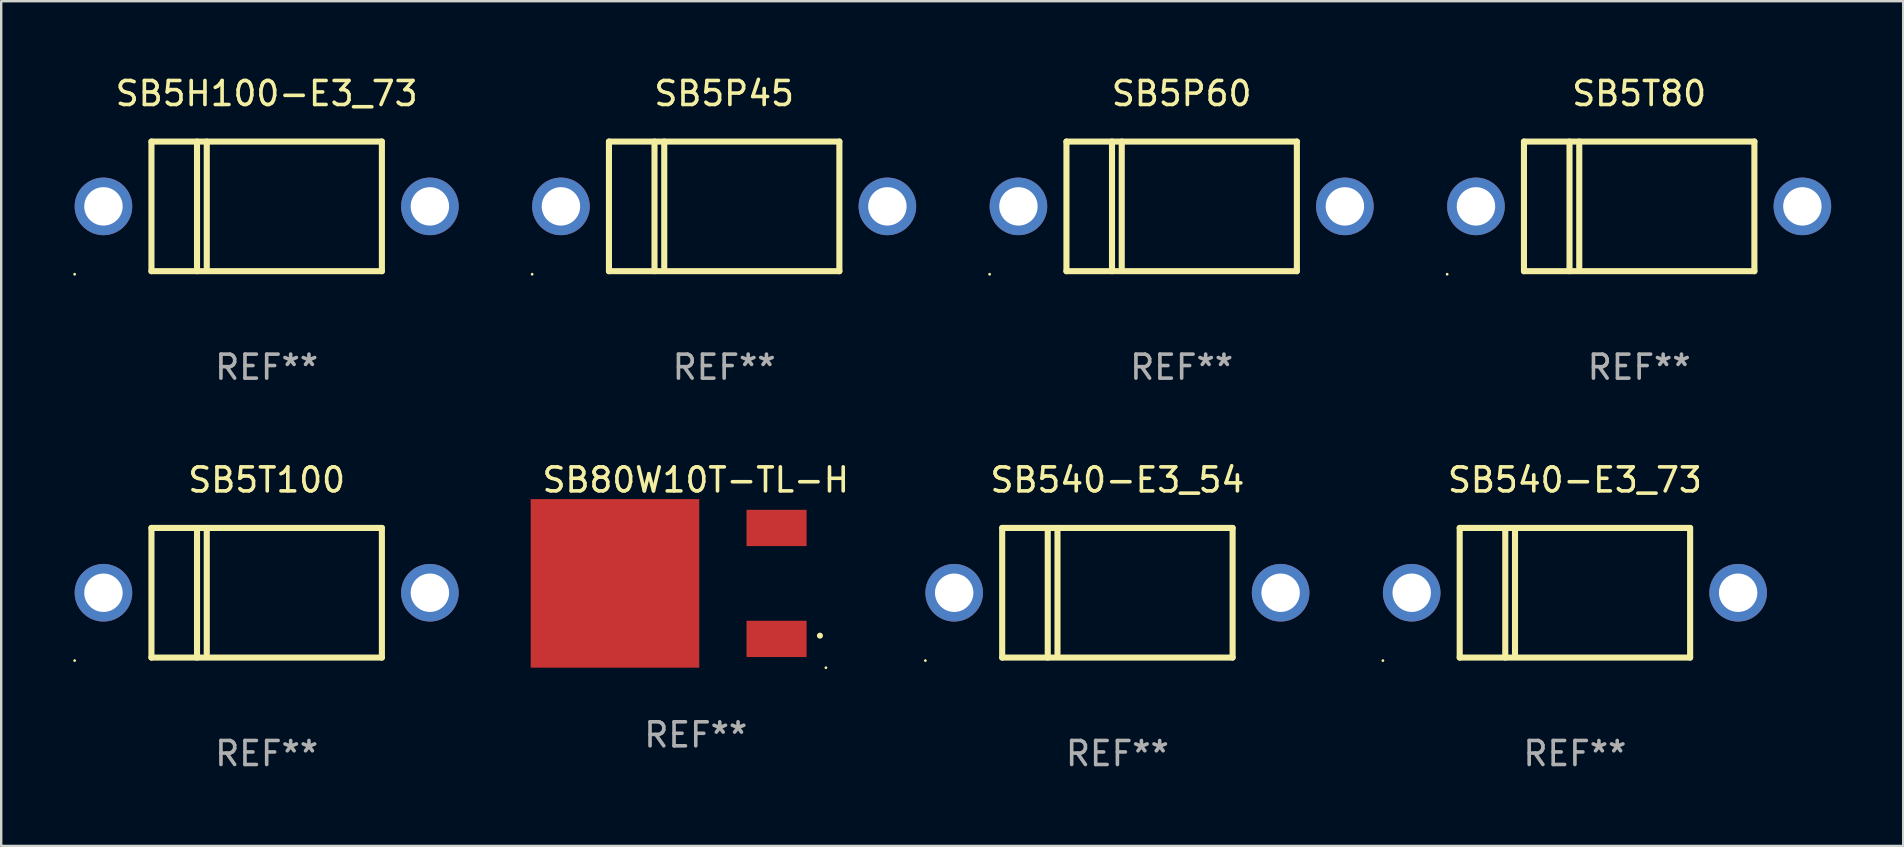
<source format=kicad_pcb>
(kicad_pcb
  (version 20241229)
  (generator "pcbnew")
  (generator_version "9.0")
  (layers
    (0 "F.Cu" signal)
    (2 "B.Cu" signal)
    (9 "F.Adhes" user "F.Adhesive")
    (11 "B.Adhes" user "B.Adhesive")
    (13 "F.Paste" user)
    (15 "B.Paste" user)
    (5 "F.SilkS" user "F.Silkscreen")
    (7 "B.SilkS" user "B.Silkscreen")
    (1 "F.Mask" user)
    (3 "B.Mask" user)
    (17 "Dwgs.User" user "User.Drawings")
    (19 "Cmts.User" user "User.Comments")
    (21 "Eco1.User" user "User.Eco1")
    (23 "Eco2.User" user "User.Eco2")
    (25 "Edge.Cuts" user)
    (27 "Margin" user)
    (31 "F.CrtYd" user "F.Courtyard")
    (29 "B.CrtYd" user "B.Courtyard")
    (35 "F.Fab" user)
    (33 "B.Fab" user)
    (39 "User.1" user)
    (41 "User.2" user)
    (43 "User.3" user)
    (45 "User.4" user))
  (footprint "SB5H100-E3_73"
    (layer "F.Cu")
    (at 8.06 5.548)
    (property "Reference" "SB5H100-E3_73" (at 0 -4.7 0) (layer "F.SilkS") (effects (font (size 1 1) (thickness 0.15))))
    (attr through_hole)
    (fp_line (start -4.8 -2.7) (end -4.8 2.7) (stroke (width 0.254) (type solid)) (layer "F.SilkS"))
    (fp_line (start -4.8 -2.7) (end 4.8 -2.7) (stroke (width 0.254) (type solid)) (layer "F.SilkS"))
    (fp_line (start -2.902 -2.7) (end -2.902 2.7) (stroke (width 0.254) (type solid)) (layer "F.SilkS"))
    (fp_line (start -2.496 -2.7) (end -2.496 2.54) (stroke (width 0.254) (type solid)) (layer "F.SilkS"))
    (fp_line (start 4.8 -2.7) (end 4.8 2.7) (stroke (width 0.254) (type solid)) (layer "F.SilkS"))
    (fp_line (start 4.8 2.7) (end -4.8 2.7) (stroke (width 0.254) (type solid)) (layer "F.SilkS"))
    (fp_circle (center -8 2.827) (end -7.97 2.827) (stroke (width 0.06) (type solid)) (fill no) (layer "F.SilkS"))
    (fp_text user "REF**" (at 0 6.7 0) (layer "F.Fab") (effects (font (size 1 1) (thickness 0.15))))
    (pad "1" thru_hole circle (at -6.8 0) (size 2.4 2.4) (drill 1.6) (layers "*.Cu" "*.Mask"))
    (pad "2" thru_hole circle (at 6.8 0) (size 2.4 2.4) (drill 1.6) (layers "*.Cu" "*.Mask")))
  (footprint "SB5T100"
    (layer "F.Cu")
    (at 8.06 21.645)
    (property "Reference" "SB5T100" (at 0 -4.7 0) (layer "F.SilkS") (effects (font (size 1 1) (thickness 0.15))))
    (attr through_hole)
    (fp_line (start -4.8 -2.7) (end -4.8 2.7) (stroke (width 0.254) (type solid)) (layer "F.SilkS"))
    (fp_line (start -4.8 -2.7) (end 4.8 -2.7) (stroke (width 0.254) (type solid)) (layer "F.SilkS"))
    (fp_line (start -2.902 -2.7) (end -2.902 2.7) (stroke (width 0.254) (type solid)) (layer "F.SilkS"))
    (fp_line (start -2.496 -2.7) (end -2.496 2.54) (stroke (width 0.254) (type solid)) (layer "F.SilkS"))
    (fp_line (start 4.8 -2.7) (end 4.8 2.7) (stroke (width 0.254) (type solid)) (layer "F.SilkS"))
    (fp_line (start 4.8 2.7) (end -4.8 2.7) (stroke (width 0.254) (type solid)) (layer "F.SilkS"))
    (fp_circle (center -8 2.827) (end -7.97 2.827) (stroke (width 0.06) (type solid)) (fill no) (layer "F.SilkS"))
    (fp_text user "REF**" (at 0 6.7 0) (layer "F.Fab") (effects (font (size 1 1) (thickness 0.15))))
    (pad "1" thru_hole circle (at -6.8 0) (size 2.4 2.4) (drill 1.6) (layers "*.Cu" "*.Mask"))
    (pad "2" thru_hole circle (at 6.8 0) (size 2.4 2.4) (drill 1.6) (layers "*.Cu" "*.Mask")))
  (footprint "SB5T80"
    (layer "F.Cu")
    (at 65.241 5.548)
    (property "Reference" "SB5T80" (at 0 -4.7 0) (layer "F.SilkS") (effects (font (size 1 1) (thickness 0.15))))
    (attr through_hole)
    (fp_line (start -4.8 -2.7) (end -4.8 2.7) (stroke (width 0.254) (type solid)) (layer "F.SilkS"))
    (fp_line (start -4.8 -2.7) (end 4.8 -2.7) (stroke (width 0.254) (type solid)) (layer "F.SilkS"))
    (fp_line (start -2.902 -2.7) (end -2.902 2.7) (stroke (width 0.254) (type solid)) (layer "F.SilkS"))
    (fp_line (start -2.496 -2.7) (end -2.496 2.54) (stroke (width 0.254) (type solid)) (layer "F.SilkS"))
    (fp_line (start 4.8 -2.7) (end 4.8 2.7) (stroke (width 0.254) (type solid)) (layer "F.SilkS"))
    (fp_line (start 4.8 2.7) (end -4.8 2.7) (stroke (width 0.254) (type solid)) (layer "F.SilkS"))
    (fp_circle (center -8 2.827) (end -7.97 2.827) (stroke (width 0.06) (type solid)) (fill no) (layer "F.SilkS"))
    (fp_text user "REF**" (at 0 6.7 0) (layer "F.Fab") (effects (font (size 1 1) (thickness 0.15))))
    (pad "1" thru_hole circle (at -6.8 0) (size 2.4 2.4) (drill 1.6) (layers "*.Cu" "*.Mask"))
    (pad "2" thru_hole circle (at 6.8 0) (size 2.4 2.4) (drill 1.6) (layers "*.Cu" "*.Mask")))
  (footprint "SB540-E3_54"
    (layer "F.Cu")
    (at 43.503 21.645)
    (property "Reference" "SB540-E3_54" (at 0 -4.7 0) (layer "F.SilkS") (effects (font (size 1 1) (thickness 0.15))))
    (attr through_hole)
    (fp_line (start -4.8 -2.7) (end -4.8 2.7) (stroke (width 0.254) (type solid)) (layer "F.SilkS"))
    (fp_line (start -4.8 -2.7) (end 4.8 -2.7) (stroke (width 0.254) (type solid)) (layer "F.SilkS"))
    (fp_line (start -2.902 -2.7) (end -2.902 2.7) (stroke (width 0.254) (type solid)) (layer "F.SilkS"))
    (fp_line (start -2.496 -2.7) (end -2.496 2.54) (stroke (width 0.254) (type solid)) (layer "F.SilkS"))
    (fp_line (start 4.8 -2.7) (end 4.8 2.7) (stroke (width 0.254) (type solid)) (layer "F.SilkS"))
    (fp_line (start 4.8 2.7) (end -4.8 2.7) (stroke (width 0.254) (type solid)) (layer "F.SilkS"))
    (fp_circle (center -8 2.827) (end -7.97 2.827) (stroke (width 0.06) (type solid)) (fill no) (layer "F.SilkS"))
    (fp_text user "REF**" (at 0 6.7 0) (layer "F.Fab") (effects (font (size 1 1) (thickness 0.15))))
    (pad "1" thru_hole circle (at -6.8 0) (size 2.4 2.4) (drill 1.6) (layers "*.Cu" "*.Mask"))
    (pad "2" thru_hole circle (at 6.8 0) (size 2.4 2.4) (drill 1.6) (layers "*.Cu" "*.Mask")))
  (footprint "SB5P60"
    (layer "F.Cu")
    (at 46.18 5.548)
    (property "Reference" "SB5P60" (at 0 -4.7 0) (layer "F.SilkS") (effects (font (size 1 1) (thickness 0.15))))
    (attr through_hole)
    (fp_line (start -4.8 -2.7) (end -4.8 2.7) (stroke (width 0.254) (type solid)) (layer "F.SilkS"))
    (fp_line (start -4.8 -2.7) (end 4.8 -2.7) (stroke (width 0.254) (type solid)) (layer "F.SilkS"))
    (fp_line (start -2.902 -2.7) (end -2.902 2.7) (stroke (width 0.254) (type solid)) (layer "F.SilkS"))
    (fp_line (start -2.496 -2.7) (end -2.496 2.54) (stroke (width 0.254) (type solid)) (layer "F.SilkS"))
    (fp_line (start 4.8 -2.7) (end 4.8 2.7) (stroke (width 0.254) (type solid)) (layer "F.SilkS"))
    (fp_line (start 4.8 2.7) (end -4.8 2.7) (stroke (width 0.254) (type solid)) (layer "F.SilkS"))
    (fp_circle (center -8 2.827) (end -7.97 2.827) (stroke (width 0.06) (type solid)) (fill no) (layer "F.SilkS"))
    (fp_text user "REF**" (at 0 6.7 0) (layer "F.Fab") (effects (font (size 1 1) (thickness 0.15))))
    (pad "1" thru_hole circle (at -6.8 0) (size 2.4 2.4) (drill 1.6) (layers "*.Cu" "*.Mask"))
    (pad "2" thru_hole circle (at 6.8 0) (size 2.4 2.4) (drill 1.6) (layers "*.Cu" "*.Mask")))
  (footprint "SB540-E3_73"
    (layer "F.Cu")
    (at 62.564 21.645)
    (property "Reference" "SB540-E3_73" (at 0 -4.7 0) (layer "F.SilkS") (effects (font (size 1 1) (thickness 0.15))))
    (attr through_hole)
    (fp_line (start -4.8 -2.7) (end -4.8 2.7) (stroke (width 0.254) (type solid)) (layer "F.SilkS"))
    (fp_line (start -4.8 -2.7) (end 4.8 -2.7) (stroke (width 0.254) (type solid)) (layer "F.SilkS"))
    (fp_line (start -2.902 -2.7) (end -2.902 2.7) (stroke (width 0.254) (type solid)) (layer "F.SilkS"))
    (fp_line (start -2.496 -2.7) (end -2.496 2.54) (stroke (width 0.254) (type solid)) (layer "F.SilkS"))
    (fp_line (start 4.8 -2.7) (end 4.8 2.7) (stroke (width 0.254) (type solid)) (layer "F.SilkS"))
    (fp_line (start 4.8 2.7) (end -4.8 2.7) (stroke (width 0.254) (type solid)) (layer "F.SilkS"))
    (fp_circle (center -8 2.827) (end -7.97 2.827) (stroke (width 0.06) (type solid)) (fill no) (layer "F.SilkS"))
    (fp_text user "REF**" (at 0 6.7 0) (layer "F.Fab") (effects (font (size 1 1) (thickness 0.15))))
    (pad "1" thru_hole circle (at -6.8 0) (size 2.4 2.4) (drill 1.6) (layers "*.Cu" "*.Mask"))
    (pad "2" thru_hole circle (at 6.8 0) (size 2.4 2.4) (drill 1.6) (layers "*.Cu" "*.Mask")))
  (footprint "SB80W10T-TL-H"
    (layer "F.Cu")
    (at 25.937 21.256)
    (property "Reference" "SB80W10T-TL-H" (at 0 -4.311 0) (layer "F.SilkS") (effects (font (size 1 1) (thickness 0.15))))
    (attr through_hole)
    (fp_arc (start 5.17145 2.176784) (mid 5.17272 2.176778) (end 5.17399 2.176784) (stroke (width 0.24892) (type solid)) (layer "F.SilkS"))
    (fp_circle (center 5.422 3.512) (end 5.452 3.512) (stroke (width 0.06) (type solid)) (fill no) (layer "F.SilkS"))
    (fp_text user "REF**" (at 0 6.311 0) (layer "F.Fab") (effects (font (size 1 1) (thickness 0.15))))
    (pad "1" smd rect (at 3.366 2.311 180) (size 2.502 1.511) (layers "F.Cu" "F.Mask" "F.Paste"))
    (pad "3" smd rect (at 3.366 -2.311 180) (size 2.502 1.511) (layers "F.Cu" "F.Mask" "F.Paste"))
    (pad "4" smd rect (at -3.366 0 180) (size 7.023 7.023) (layers "F.Cu" "F.Mask" "F.Paste")))
  (footprint "SB5P45"
    (layer "F.Cu")
    (at 27.12 5.548)
    (property "Reference" "SB5P45" (at 0 -4.7 0) (layer "F.SilkS") (effects (font (size 1 1) (thickness 0.15))))
    (attr through_hole)
    (fp_line (start -4.8 -2.7) (end -4.8 2.7) (stroke (width 0.254) (type solid)) (layer "F.SilkS"))
    (fp_line (start -4.8 -2.7) (end 4.8 -2.7) (stroke (width 0.254) (type solid)) (layer "F.SilkS"))
    (fp_line (start -2.902 -2.7) (end -2.902 2.7) (stroke (width 0.254) (type solid)) (layer "F.SilkS"))
    (fp_line (start -2.496 -2.7) (end -2.496 2.54) (stroke (width 0.254) (type solid)) (layer "F.SilkS"))
    (fp_line (start 4.8 -2.7) (end 4.8 2.7) (stroke (width 0.254) (type solid)) (layer "F.SilkS"))
    (fp_line (start 4.8 2.7) (end -4.8 2.7) (stroke (width 0.254) (type solid)) (layer "F.SilkS"))
    (fp_circle (center -8 2.827) (end -7.97 2.827) (stroke (width 0.06) (type solid)) (fill no) (layer "F.SilkS"))
    (fp_text user "REF**" (at 0 6.7 0) (layer "F.Fab") (effects (font (size 1 1) (thickness 0.15))))
    (pad "1" thru_hole circle (at -6.8 0) (size 2.4 2.4) (drill 1.6) (layers "*.Cu" "*.Mask"))
    (pad "2" thru_hole circle (at 6.8 0) (size 2.4 2.4) (drill 1.6) (layers "*.Cu" "*.Mask")))
  (gr_rect
    (start -3 -3)
    (end 76.241 32.193)
    (stroke (width 0.1) (type default))
    (fill no)
    (layer "Edge.Cuts")))
</source>
